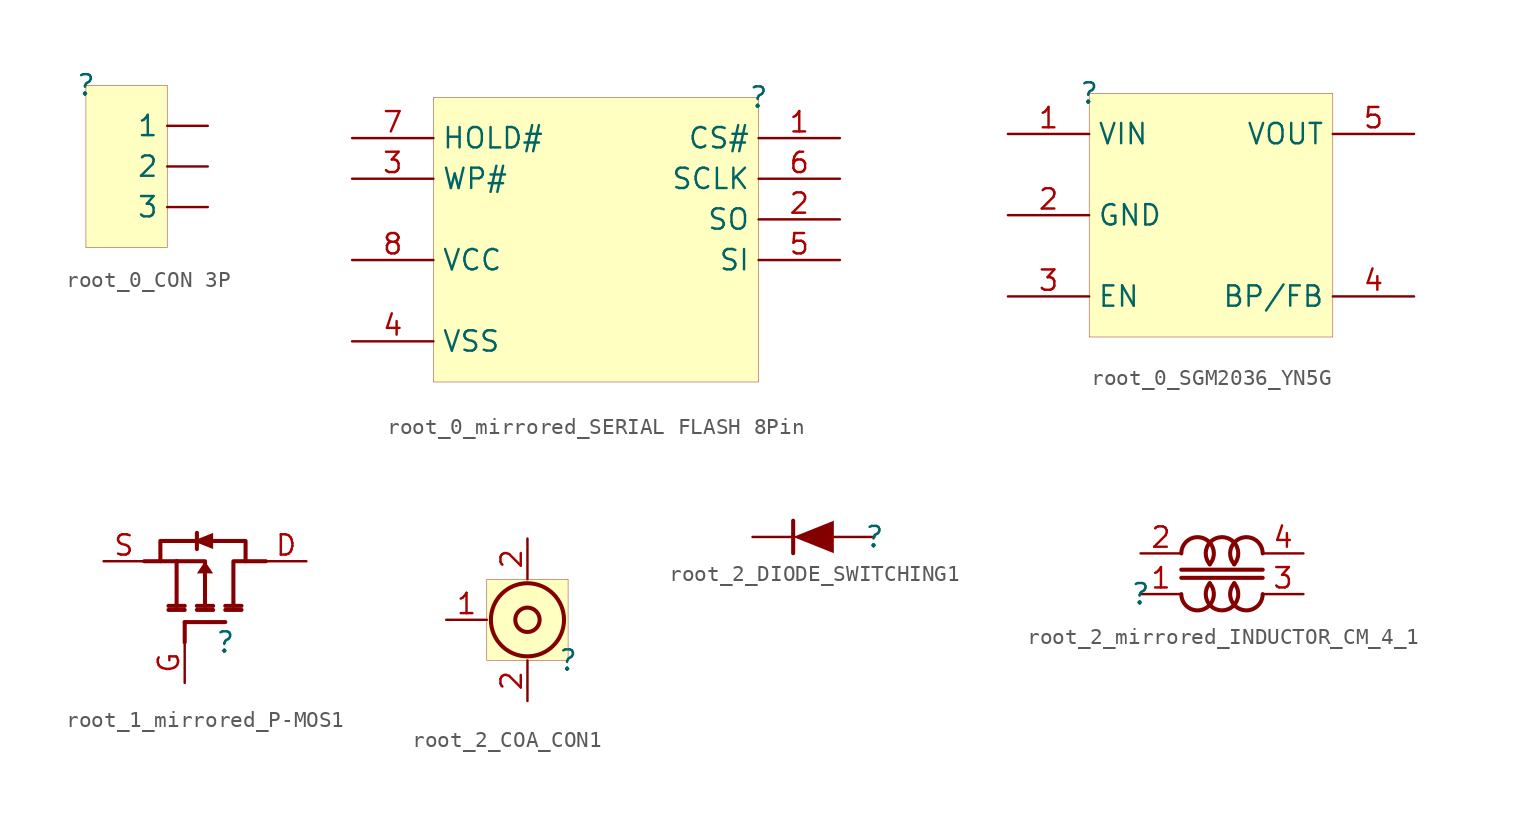
<source format=kicad_sym>
(kicad_symbol_lib
  (version 20231120)
  (generator "kicad_symbol_editor")
  (generator_version "8.0")
  (symbol "root_0_CON 3P"
    (property "Reference" ""
      (at 0 0 0)
      (effects (font (size 1.27 1.27))))
    (property "Value" ""
      (at 0 0 0)
      (effects (font (size 1.27 1.27))))
    (symbol "root_0_CON 3P_1_0"
      (rectangle (start 5.08 0) (end 0 -10.16) (stroke (width 0.025) (type solid) (color 128 0 0 1)) (fill (type background)))
      (pin passive line (at 7.62 -2.54 180) (length 2.54) (name "1" (effects (font (size 1.27 1.27)))) (number "1" (effects (font (size 0 0)))))
      (pin passive line (at 7.62 -5.08 180) (length 2.54) (name "2" (effects (font (size 1.27 1.27)))) (number "2" (effects (font (size 0 0)))))
      (pin passive line (at 7.62 -7.62 180) (length 2.54) (name "3" (effects (font (size 1.27 1.27)))) (number "3" (effects (font (size 0 0)))))))
  (symbol "root_0_mirrored_SERIAL FLASH 8Pin"
    (property "Reference" ""
      (at 0 0 0)
      (effects (font (size 1.27 1.27))))
    (property "Value" ""
      (at 0 0 0)
      (effects (font (size 1.27 1.27))))
    (symbol "root_0_mirrored_SERIAL FLASH 8Pin_1_0"
      (rectangle (start 0 0) (end -20.32 -17.78) (stroke (width 0.025) (type solid) (color 128 0 0 1)) (fill (type background)))
      (pin passive line (at 5.08 -2.54 180) (length 5.08) (name "CS#" (effects (font (size 1.27 1.27)))) (number "1" (effects (font (size 1.27 1.27)))))
      (pin passive line (at 5.08 -7.62 180) (length 5.08) (name "SO" (effects (font (size 1.27 1.27)))) (number "2" (effects (font (size 1.27 1.27)))))
      (pin passive line (at -25.4 -5.08 0) (length 5.08) (name "WP#" (effects (font (size 1.27 1.27)))) (number "3" (effects (font (size 1.27 1.27)))))
      (pin passive line (at -25.4 -15.24 0) (length 5.08) (name "VSS" (effects (font (size 1.27 1.27)))) (number "4" (effects (font (size 1.27 1.27)))))
      (pin passive line (at 5.08 -10.16 180) (length 5.08) (name "SI" (effects (font (size 1.27 1.27)))) (number "5" (effects (font (size 1.27 1.27)))))
      (pin passive line (at 5.08 -5.08 180) (length 5.08) (name "SCLK" (effects (font (size 1.27 1.27)))) (number "6" (effects (font (size 1.27 1.27)))))
      (pin passive line (at -25.4 -2.54 0) (length 5.08) (name "HOLD#" (effects (font (size 1.27 1.27)))) (number "7" (effects (font (size 1.27 1.27)))))
      (pin passive line (at -25.4 -10.16 0) (length 5.08) (name "VCC" (effects (font (size 1.27 1.27)))) (number "8" (effects (font (size 1.27 1.27)))))))
  (symbol "root_0_SGM2036_YN5G"
    (property "Reference" ""
      (at 0 0 0)
      (effects (font (size 1.27 1.27))))
    (property "Value" ""
      (at 0 0 0)
      (effects (font (size 1.27 1.27))))
    (symbol "root_0_SGM2036_YN5G_1_0"
      (rectangle (start 15.24 0) (end 0 -15.24) (stroke (width 0.025) (type solid) (color 128 0 0 1)) (fill (type background)))
      (pin passive line (at -5.08 -2.54 0) (length 5.08) (name "VIN" (effects (font (size 1.27 1.27)))) (number "1" (effects (font (size 1.27 1.27)))))
      (pin passive line (at -5.08 -7.62 0) (length 5.08) (name "GND" (effects (font (size 1.27 1.27)))) (number "2" (effects (font (size 1.27 1.27)))))
      (pin passive line (at -5.08 -12.7 0) (length 5.08) (name "EN" (effects (font (size 1.27 1.27)))) (number "3" (effects (font (size 1.27 1.27)))))
      (pin passive line (at 20.32 -12.7 180) (length 5.08) (name "BP/FB" (effects (font (size 1.27 1.27)))) (number "4" (effects (font (size 1.27 1.27)))))
      (pin passive line (at 20.32 -2.54 180) (length 5.08) (name "VOUT" (effects (font (size 1.27 1.27)))) (number "5" (effects (font (size 1.27 1.27)))))))
  (symbol "root_1_mirrored_P-MOS1"
    (property "Reference" ""
      (at 0 0 0)
      (effects (font (size 1.27 1.27))))
    (property "Value" ""
      (at 0 0 0)
      (effects (font (size 1.27 1.27))))
    (symbol "root_1_mirrored_P-MOS1_1_0"
      (polyline (pts (xy -5.08 5.08) (xy -3.048 5.08)) (stroke (width 0.254) (type solid)) (fill (type none)))
      (polyline (pts (xy -3.048 5.08) (xy -3.048 2.286)) (stroke (width 0.254) (type solid)) (fill (type none)))
      (polyline (pts (xy -2.54 0) (xy -2.54 1.27)) (stroke (width 0.254) (type solid)) (fill (type none)))
      (polyline (pts (xy -2.54 1.27) (xy 0 1.27)) (stroke (width 0.254) (type solid)) (fill (type none)))
      (polyline (pts (xy -2.54 2.032) (xy -3.556 2.032)) (stroke (width 0.254) (type solid)) (fill (type none)))
      (polyline (pts (xy -2.54 2.286) (xy -3.556 2.286)) (stroke (width 0.254) (type solid)) (fill (type none)))
      (polyline (pts (xy -1.778 5.842) (xy -1.778 6.858)) (stroke (width 0.254) (type solid)) (fill (type none)))
      (polyline (pts (xy -0.762 2.032) (xy -1.778 2.032)) (stroke (width 0.254) (type solid)) (fill (type none)))
      (polyline (pts (xy -0.762 2.286) (xy -1.778 2.286)) (stroke (width 0.254) (type solid)) (fill (type none)))
      (polyline (pts (xy 0 2.032) (xy 1.016 2.032)) (stroke (width 0.254) (type solid)) (fill (type none)))
      (polyline (pts (xy 1.016 2.286) (xy 0 2.286)) (stroke (width 0.254) (type solid)) (fill (type none)))
      (polyline (pts (xy -3.048 5.08) (xy -1.27 5.08) (xy -1.27 2.286)) (stroke (width 0.254) (type solid)) (fill (type none)))
      (polyline (pts (xy 2.54 5.08) (xy 0.508 5.08) (xy 0.508 2.286)) (stroke (width 0.254) (type solid)) (fill (type none)))
      (polyline (pts (xy -0.762 4.318) (xy -1.778 4.318) (xy -1.27 5.08) (xy -0.762 4.318)) (stroke (width -0.0001) (type solid)) (fill (type outline)))
      (polyline (pts (xy -0.762 6.858) (xy -0.762 5.842) (xy -2.032 6.35) (xy -0.762 6.858)) (stroke (width -0.0001) (type solid)) (fill (type outline)))
      (polyline (pts (xy 1.27 5.08) (xy 1.27 6.35) (xy -4.064 6.35) (xy -4.064 5.08)) (stroke (width 0.254) (type solid)) (fill (type none)))
      (pin passive line (at 5.08 5.08 180) (length 2.54) (name "D" (effects (font (size 0 0)))) (number "D" (effects (font (size 1.27 1.27)))))
      (pin passive line (at -2.54 -2.54 90) (length 2.54) (name "G" (effects (font (size 0 0)))) (number "G" (effects (font (size 1.27 1.27)))))
      (pin passive line (at -7.62 5.08 0) (length 2.54) (name "S" (effects (font (size 0 0)))) (number "S" (effects (font (size 1.27 1.27)))))))
  (symbol "root_2_COA_CON1"
    (property "Reference" ""
      (at 0 0 0)
      (effects (font (size 1.27 1.27))))
    (property "Value" ""
      (at 0 0 0)
      (effects (font (size 1.27 1.27))))
    (symbol "root_2_COA_CON1_1_0"
      (circle (center -2.54 2.54) (radius 0.762) (stroke (width 0.254) (type solid)) (fill (type none)))
      (circle (center -2.54 2.54) (radius 2.286) (stroke (width 0.254) (type solid)) (fill (type none)))
      (rectangle (start 0 5.08) (end -5.08 0) (stroke (width 0.025) (type solid) (color 128 0 0 1)) (fill (type background)))
      (pin passive line (at -7.62 2.54 0) (length 2.54) (name "OUT" (effects (font (size 0 0)))) (number "1" (effects (font (size 1.27 1.27)))))
      (pin passive line (at -2.54 -2.54 90) (length 2.54) (name "IN" (effects (font (size 0 0)))) (number "2" (effects (font (size 1.27 1.27)))))
      (pin passive line (at -2.54 7.62 270) (length 2.54) (name "IN" (effects (font (size 0 0)))) (number "2" (effects (font (size 1.27 1.27)))))))
  (symbol "root_2_DIODE_SWITCHING1"
    (property "Reference" ""
      (at 0 0 0)
      (effects (font (size 1.27 1.27))))
    (property "Value" ""
      (at 0 0 0)
      (effects (font (size 1.27 1.27))))
    (symbol "root_2_DIODE_SWITCHING1_1_0"
      (polyline (pts (xy -5.08 -1.016) (xy -5.08 1.016)) (stroke (width 0.254) (type solid)) (fill (type none)))
      (polyline (pts (xy -5.08 0) (xy -2.54 -1.016) (xy -2.54 1.016) (xy -5.08 0)) (stroke (width -0.0001) (type solid)) (fill (type outline)))
      (pin passive line (at 0 0 180) (length 2.54) (name "A" (effects (font (size 0 0)))) (number "A" (effects (font (size 0 0)))))
      (pin passive line (at -7.62 0 0) (length 2.54) (name "K" (effects (font (size 0 0)))) (number "K" (effects (font (size 0 0)))))))
  (symbol "root_2_mirrored_INDUCTOR_CM_4_1"
    (property "Reference" ""
      (at 0 0 0)
      (effects (font (size 1.27 1.27))))
    (property "Value" ""
      (at 0 0 0)
      (effects (font (size 1.27 1.27))))
    (symbol "root_2_mirrored_INDUCTOR_CM_4_1_1_0"
      (polyline (pts (xy 2.54 1.016) (xy 7.62 1.016)) (stroke (width 0.254) (type solid)) (fill (type none)))
      (polyline (pts (xy 2.54 1.524) (xy 7.62 1.524)) (stroke (width 0.254) (type solid)) (fill (type none)))
      (arc (start 2.54 0) (mid 3.9201 -0.9485) (end 4.311 0.6798) (stroke (width 0.254) (type solid)) (fill (type none)))
      (arc (start 4.311 1.8602) (mid 3.9201 3.4885) (end 2.5401 2.54) (stroke (width 0.254) (type solid)) (fill (type none)))
      (arc (start 4.325 0.6798) (mid 5.08 -1.0159) (end 5.835 0.6798) (stroke (width 0.254) (type solid)) (fill (type none)))
      (arc (start 5.835 1.8602) (mid 5.08 3.5559) (end 4.325 1.8602) (stroke (width 0.254) (type solid)) (fill (type none)))
      (arc (start 5.849 0.6798) (mid 6.2399 -0.9485) (end 7.6199 0) (stroke (width 0.254) (type solid)) (fill (type none)))
      (arc (start 7.62 2.54) (mid 6.2399 3.4885) (end 5.849 1.8602) (stroke (width 0.254) (type solid)) (fill (type none)))
      (pin passive line (at 0 0 0) (length 2.54) (name "1" (effects (font (size 0 0)))) (number "1" (effects (font (size 1.27 1.27)))))
      (pin passive line (at 0 2.54 0) (length 2.54) (name "2" (effects (font (size 0 0)))) (number "2" (effects (font (size 1.27 1.27)))))
      (pin passive line (at 10.16 0 180) (length 2.54) (name "3" (effects (font (size 0 0)))) (number "3" (effects (font (size 1.27 1.27)))))
      (pin passive line (at 10.16 2.54 180) (length 2.54) (name "4" (effects (font (size 0 0)))) (number "4" (effects (font (size 1.27 1.27))))))))
</source>
